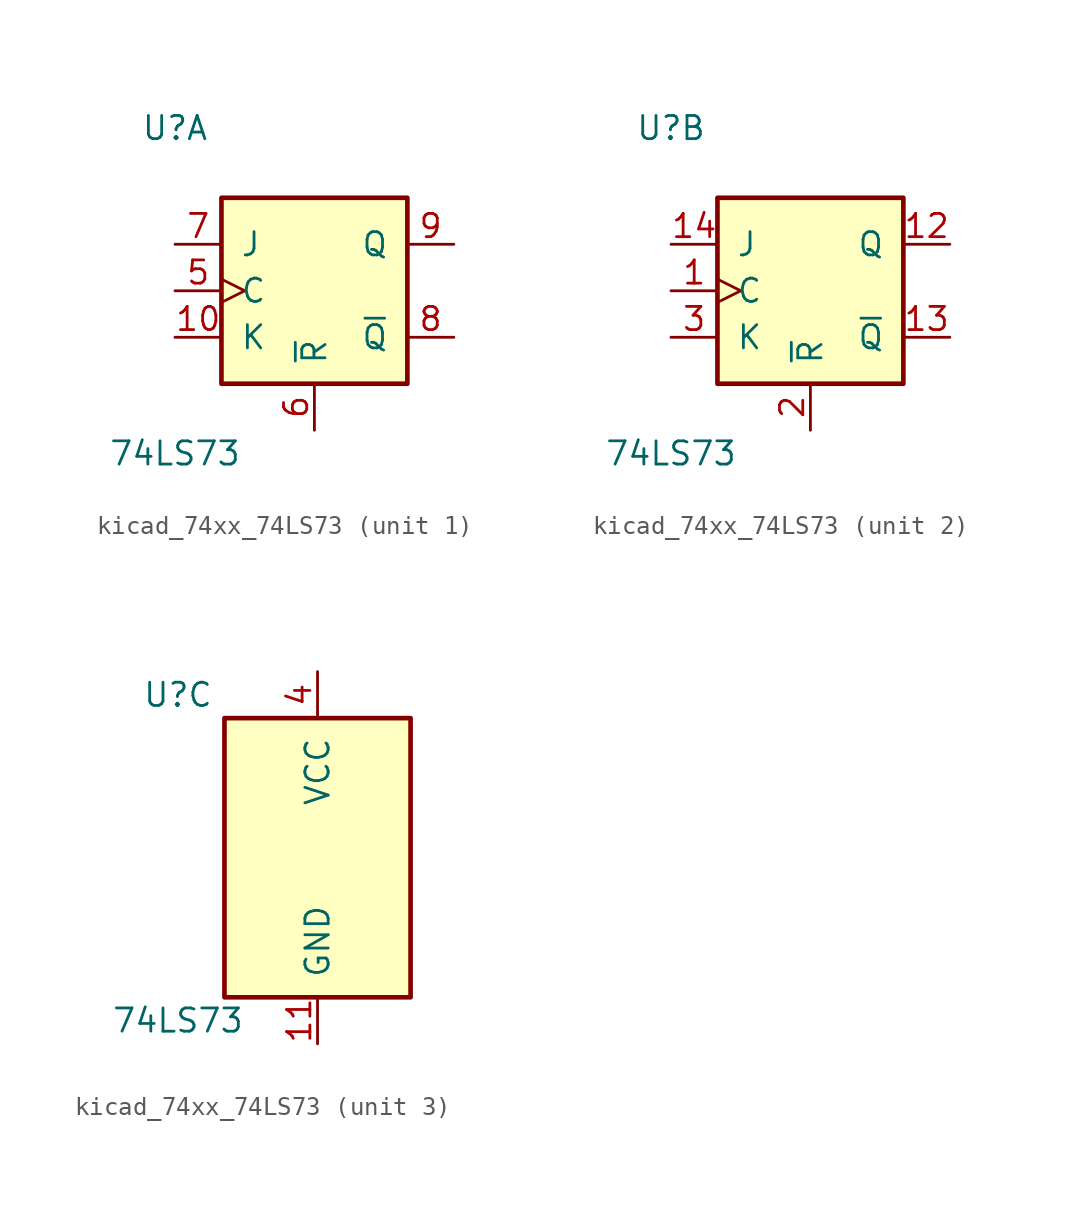
<source format=kicad_sym>
(kicad_symbol_lib
  (version 20220914)
  (generator kicad_symbol_editor)
  (symbol "kicad_74xx_74LS73"
    (pin_names
      (offset 1.016))
    (property "Reference" "U"
      (at -7.62 8.89 0)
      (effects (font (size 1.27 1.27))))
    (property "Value" "74LS73"
      (at -7.62 -8.89 0)
      (effects (font (size 1.27 1.27))))
    (property "ki_locked" ""
      (at 0 0 0)
      (effects (font (size 1.27 1.27))))
    (symbol "kicad_74xx_74LS73_1_0"
      (pin input line (at -7.62 -2.54 0) (length 2.54) (name "K" (effects (font (size 1.27 1.27)))) (number "10" (effects (font (size 1.27 1.27)))))
      (pin input clock (at -7.62 0 0) (length 2.54) (name "C" (effects (font (size 1.27 1.27)))) (number "5" (effects (font (size 1.27 1.27)))))
      (pin input line (at 0 -7.62 90) (length 2.54) (name "~{R}" (effects (font (size 1.27 1.27)))) (number "6" (effects (font (size 1.27 1.27)))))
      (pin input line (at -7.62 2.54 0) (length 2.54) (name "J" (effects (font (size 1.27 1.27)))) (number "7" (effects (font (size 1.27 1.27)))))
      (pin output line (at 7.62 -2.54 180) (length 2.54) (name "~{Q}" (effects (font (size 1.27 1.27)))) (number "8" (effects (font (size 1.27 1.27)))))
      (pin output line (at 7.62 2.54 180) (length 2.54) (name "Q" (effects (font (size 1.27 1.27)))) (number "9" (effects (font (size 1.27 1.27))))))
    (symbol "kicad_74xx_74LS73_1_1"
      (rectangle (start -5.08 5.08) (end 5.08 -5.08) (stroke (width 0.254) (type default)) (fill (type background))))
    (symbol "kicad_74xx_74LS73_2_0"
      (pin input clock (at -7.62 0 0) (length 2.54) (name "C" (effects (font (size 1.27 1.27)))) (number "1" (effects (font (size 1.27 1.27)))))
      (pin output line (at 7.62 2.54 180) (length 2.54) (name "Q" (effects (font (size 1.27 1.27)))) (number "12" (effects (font (size 1.27 1.27)))))
      (pin output line (at 7.62 -2.54 180) (length 2.54) (name "~{Q}" (effects (font (size 1.27 1.27)))) (number "13" (effects (font (size 1.27 1.27)))))
      (pin input line (at -7.62 2.54 0) (length 2.54) (name "J" (effects (font (size 1.27 1.27)))) (number "14" (effects (font (size 1.27 1.27)))))
      (pin input line (at 0 -7.62 90) (length 2.54) (name "~{R}" (effects (font (size 1.27 1.27)))) (number "2" (effects (font (size 1.27 1.27)))))
      (pin input line (at -7.62 -2.54 0) (length 2.54) (name "K" (effects (font (size 1.27 1.27)))) (number "3" (effects (font (size 1.27 1.27))))))
    (symbol "kicad_74xx_74LS73_2_1"
      (rectangle (start -5.08 5.08) (end 5.08 -5.08) (stroke (width 0.254) (type default)) (fill (type background))))
    (symbol "kicad_74xx_74LS73_3_0"
      (pin power_in line (at 0 -10.16 90) (length 2.54) (name "GND" (effects (font (size 1.27 1.27)))) (number "11" (effects (font (size 1.27 1.27)))))
      (pin power_in line (at 0 10.16 270) (length 2.54) (name "VCC" (effects (font (size 1.27 1.27)))) (number "4" (effects (font (size 1.27 1.27))))))
    (symbol "kicad_74xx_74LS73_3_1"
      (rectangle (start -5.08 7.62) (end 5.08 -7.62) (stroke (width 0.254) (type default)) (fill (type background))))))
</source>
